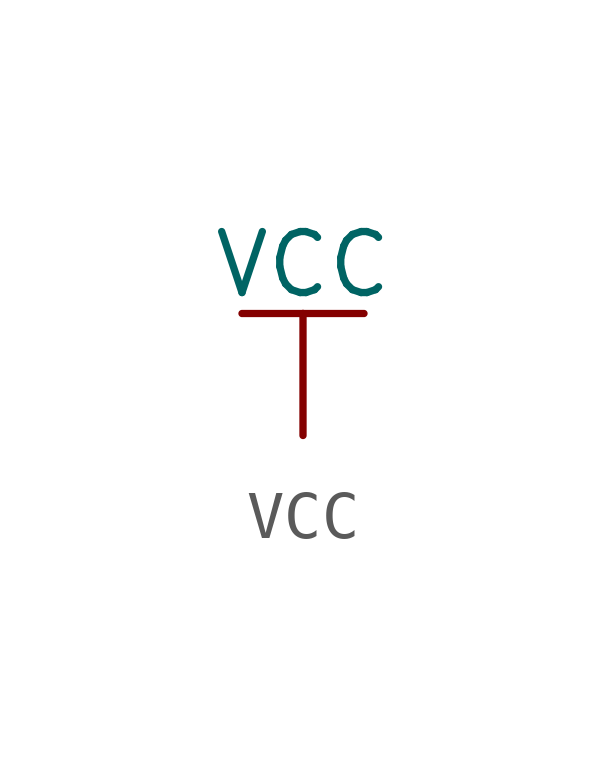
<source format=kicad_sym>
(kicad_symbol_lib
  (version 20231120)
  (generator "kicad_symbol_editor")
  (generator_version "8.0")
  (symbol "VCC"
    (power)
    (pin_names
      (offset 0))
    (property "Reference" "#PWR"
      (at 0 -3.81 0)
      (effects (font (size 1.27 1.27)) (hide yes)))
    (property "Value" "VCC"
      (at 0 3.556 0)
      (effects (font (size 1.27 1.27))))
    (symbol "VCC_0_1"
      (polyline (pts (xy -1.27 2.54) (xy 0 2.54)) (stroke (width 0) (type default)) (fill (type none)))
      (polyline (pts (xy 0 0) (xy 0 2.54)) (stroke (width 0) (type default)) (fill (type none)))
      (polyline (pts (xy 0 2.54) (xy 1.27 2.54)) (stroke (width 0) (type default)) (fill (type none))))
    (symbol "VCC_1_1"
      (pin power_in line (at 0 0 90) (length 0) hide (name "+5VRef" (effects (font (size 1.27 1.27)))) (number "1" (effects (font (size 1.27 1.27))))))))
</source>
